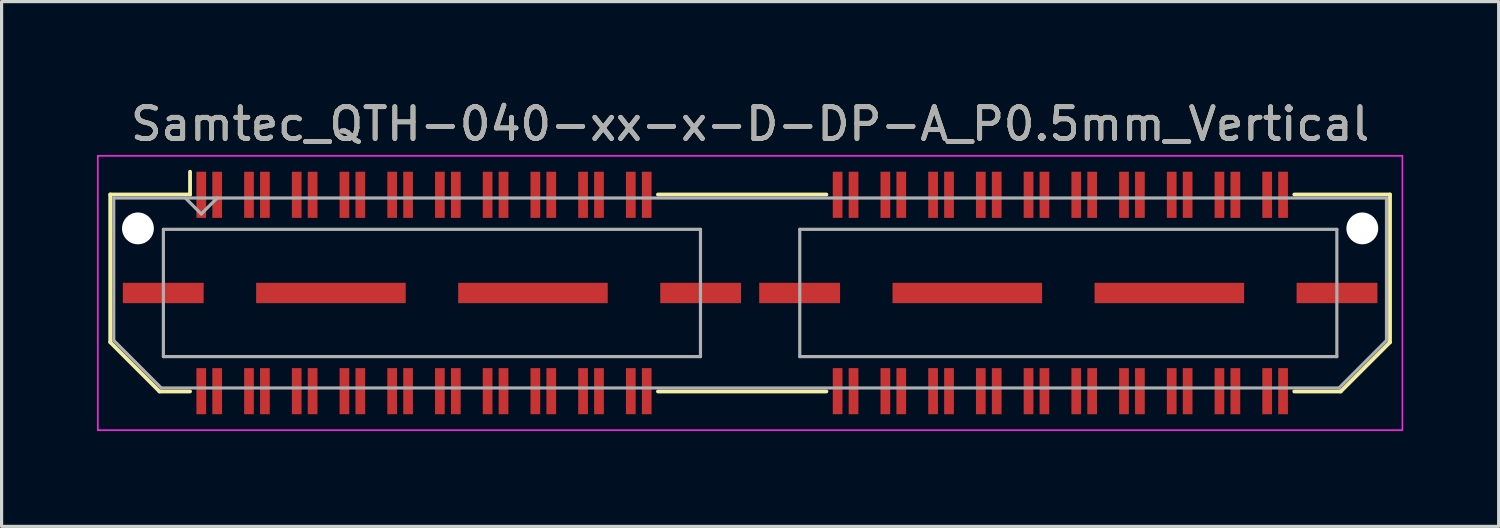
<source format=kicad_pcb>
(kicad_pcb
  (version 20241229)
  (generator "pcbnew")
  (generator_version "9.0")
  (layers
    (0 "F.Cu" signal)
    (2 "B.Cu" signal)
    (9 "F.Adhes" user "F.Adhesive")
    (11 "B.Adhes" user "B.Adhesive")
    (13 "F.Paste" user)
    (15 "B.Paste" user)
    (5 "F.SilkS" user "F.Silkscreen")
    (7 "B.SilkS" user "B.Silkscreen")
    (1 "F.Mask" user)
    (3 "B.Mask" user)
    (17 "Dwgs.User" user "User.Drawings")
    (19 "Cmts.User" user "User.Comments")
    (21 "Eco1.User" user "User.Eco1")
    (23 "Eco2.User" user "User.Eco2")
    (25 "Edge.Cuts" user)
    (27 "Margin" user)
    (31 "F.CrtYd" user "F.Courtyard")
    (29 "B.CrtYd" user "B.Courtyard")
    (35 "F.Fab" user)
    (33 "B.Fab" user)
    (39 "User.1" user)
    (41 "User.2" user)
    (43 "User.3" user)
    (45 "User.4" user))
  (footprint "Samtec_QTH-040-xx-x-D-DP-A_P0.5mm_Vertical"
    (layer "F.Cu")
    (at 20.525 6.158)
    (property "Reference" "Samtec_QTH-040-xx-x-D-DP-A_P0.5mm_Vertical" (at 0 -5.31 0) (layer "F.SilkS") (effects (font (size 1 1) (thickness 0.15))))
    (attr smd)
    (fp_line (start -20.11 -3.095) (end -20.11 1.548) (stroke (width 0.12) (type solid)) (layer "F.SilkS"))
    (fp_line (start -20.11 1.548) (end -18.562 3.095) (stroke (width 0.12) (type solid)) (layer "F.SilkS"))
    (fp_line (start -18.562 3.095) (end -17.602 3.095) (stroke (width 0.12) (type solid)) (layer "F.SilkS"))
    (fp_line (start -17.602 -3.811) (end -17.602 -3.095) (stroke (width 0.12) (type solid)) (layer "F.SilkS"))
    (fp_line (start -17.602 -3.095) (end -20.11 -3.095) (stroke (width 0.12) (type solid)) (layer "F.SilkS"))
    (fp_line (start -2.897 -3.095) (end 2.397 -3.095) (stroke (width 0.12) (type solid)) (layer "F.SilkS"))
    (fp_line (start -2.897 3.095) (end 2.397 3.095) (stroke (width 0.12) (type solid)) (layer "F.SilkS"))
    (fp_line (start 17.102 -3.095) (end 20.11 -3.095) (stroke (width 0.12) (type solid)) (layer "F.SilkS"))
    (fp_line (start 18.562 3.095) (end 17.102 3.095) (stroke (width 0.12) (type solid)) (layer "F.SilkS"))
    (fp_line (start 20.11 -3.095) (end 20.11 1.548) (stroke (width 0.12) (type solid)) (layer "F.SilkS"))
    (fp_line (start 20.11 1.548) (end 18.562 3.095) (stroke (width 0.12) (type solid)) (layer "F.SilkS"))
    (fp_line (start -20.5 -4.31) (end -20.5 4.31) (stroke (width 0.05) (type solid)) (layer "F.CrtYd"))
    (fp_line (start -20.5 4.31) (end 20.5 4.31) (stroke (width 0.05) (type solid)) (layer "F.CrtYd"))
    (fp_line (start 20.5 -4.31) (end -20.5 -4.31) (stroke (width 0.05) (type solid)) (layer "F.CrtYd"))
    (fp_line (start 20.5 4.31) (end 20.5 -4.31) (stroke (width 0.05) (type solid)) (layer "F.CrtYd"))
    (fp_line (start -20 -2.985) (end -20 1.492) (stroke (width 0.1) (type solid)) (layer "F.Fab"))
    (fp_line (start -20 -2.985) (end 20 -2.985) (stroke (width 0.1) (type solid)) (layer "F.Fab"))
    (fp_line (start -20 1.492) (end -18.508 2.985) (stroke (width 0.1) (type solid)) (layer "F.Fab"))
    (fp_line (start -18.508 2.985) (end 18.508 2.985) (stroke (width 0.1) (type solid)) (layer "F.Fab"))
    (fp_line (start -18.44 -2) (end -18.44 2) (stroke (width 0.1) (type solid)) (layer "F.Fab"))
    (fp_line (start -18.44 2) (end -1.56 2) (stroke (width 0.1) (type solid)) (layer "F.Fab"))
    (fp_line (start -17.25 -2.485) (end -17.75 -2.985) (stroke (width 0.1) (type solid)) (layer "F.Fab"))
    (fp_line (start -16.75 -2.985) (end -17.25 -2.485) (stroke (width 0.1) (type solid)) (layer "F.Fab"))
    (fp_line (start -1.56 -2) (end -18.44 -2) (stroke (width 0.1) (type solid)) (layer "F.Fab"))
    (fp_line (start -1.56 2) (end -1.56 -2) (stroke (width 0.1) (type solid)) (layer "F.Fab"))
    (fp_line (start 1.56 -2) (end 1.56 2) (stroke (width 0.1) (type solid)) (layer "F.Fab"))
    (fp_line (start 1.56 2) (end 18.44 2) (stroke (width 0.1) (type solid)) (layer "F.Fab"))
    (fp_line (start 18.44 -2) (end 1.56 -2) (stroke (width 0.1) (type solid)) (layer "F.Fab"))
    (fp_line (start 18.44 2) (end 18.44 -2) (stroke (width 0.1) (type solid)) (layer "F.Fab"))
    (fp_line (start 20 -2.985) (end 20 1.492) (stroke (width 0.1) (type solid)) (layer "F.Fab"))
    (fp_line (start 20 1.492) (end 18.508 2.985) (stroke (width 0.1) (type solid)) (layer "F.Fab"))
    (fp_text user "${REFERENCE}" (at 0 -5.31 0) (layer "F.Fab") (effects (font (size 1 1) (thickness 0.15))))
    (pad "" np_thru_hole circle (at -19.24 -2.03) (size 1 1) (drill 1) (layers "*.Cu" "*.Mask"))
    (pad "" np_thru_hole circle (at 19.24 -2.03) (size 1 1) (drill 1) (layers "*.Cu" "*.Mask"))
    (pad "1" smd rect (at -17.25 -3.086) (size 0.305 1.45) (layers "F.Cu" "F.Mask" "F.Paste"))
    (pad "2" smd rect (at -17.25 3.086) (size 0.305 1.45) (layers "F.Cu" "F.Mask" "F.Paste"))
    (pad "3" smd rect (at -16.75 -3.086) (size 0.305 1.45) (layers "F.Cu" "F.Mask" "F.Paste"))
    (pad "4" smd rect (at -16.75 3.086) (size 0.305 1.45) (layers "F.Cu" "F.Mask" "F.Paste"))
    (pad "5" smd rect (at -15.75 -3.086) (size 0.305 1.45) (layers "F.Cu" "F.Mask" "F.Paste"))
    (pad "6" smd rect (at -15.75 3.086) (size 0.305 1.45) (layers "F.Cu" "F.Mask" "F.Paste"))
    (pad "7" smd rect (at -15.25 -3.086) (size 0.305 1.45) (layers "F.Cu" "F.Mask" "F.Paste"))
    (pad "8" smd rect (at -15.25 3.086) (size 0.305 1.45) (layers "F.Cu" "F.Mask" "F.Paste"))
    (pad "9" smd rect (at -14.25 -3.086) (size 0.305 1.45) (layers "F.Cu" "F.Mask" "F.Paste"))
    (pad "10" smd rect (at -14.25 3.086) (size 0.305 1.45) (layers "F.Cu" "F.Mask" "F.Paste"))
    (pad "11" smd rect (at -13.75 -3.086) (size 0.305 1.45) (layers "F.Cu" "F.Mask" "F.Paste"))
    (pad "12" smd rect (at -13.75 3.086) (size 0.305 1.45) (layers "F.Cu" "F.Mask" "F.Paste"))
    (pad "13" smd rect (at -12.75 -3.086) (size 0.305 1.45) (layers "F.Cu" "F.Mask" "F.Paste"))
    (pad "14" smd rect (at -12.75 3.086) (size 0.305 1.45) (layers "F.Cu" "F.Mask" "F.Paste"))
    (pad "15" smd rect (at -12.25 -3.086) (size 0.305 1.45) (layers "F.Cu" "F.Mask" "F.Paste"))
    (pad "16" smd rect (at -12.25 3.086) (size 0.305 1.45) (layers "F.Cu" "F.Mask" "F.Paste"))
    (pad "17" smd rect (at -11.25 -3.086) (size 0.305 1.45) (layers "F.Cu" "F.Mask" "F.Paste"))
    (pad "18" smd rect (at -11.25 3.086) (size 0.305 1.45) (layers "F.Cu" "F.Mask" "F.Paste"))
    (pad "19" smd rect (at -10.75 -3.086) (size 0.305 1.45) (layers "F.Cu" "F.Mask" "F.Paste"))
    (pad "20" smd rect (at -10.75 3.086) (size 0.305 1.45) (layers "F.Cu" "F.Mask" "F.Paste"))
    (pad "21" smd rect (at -9.75 -3.086) (size 0.305 1.45) (layers "F.Cu" "F.Mask" "F.Paste"))
    (pad "22" smd rect (at -9.75 3.086) (size 0.305 1.45) (layers "F.Cu" "F.Mask" "F.Paste"))
    (pad "23" smd rect (at -9.25 -3.086) (size 0.305 1.45) (layers "F.Cu" "F.Mask" "F.Paste"))
    (pad "24" smd rect (at -9.25 3.086) (size 0.305 1.45) (layers "F.Cu" "F.Mask" "F.Paste"))
    (pad "25" smd rect (at -8.25 -3.086) (size 0.305 1.45) (layers "F.Cu" "F.Mask" "F.Paste"))
    (pad "26" smd rect (at -8.25 3.086) (size 0.305 1.45) (layers "F.Cu" "F.Mask" "F.Paste"))
    (pad "27" smd rect (at -7.75 -3.086) (size 0.305 1.45) (layers "F.Cu" "F.Mask" "F.Paste"))
    (pad "28" smd rect (at -7.75 3.086) (size 0.305 1.45) (layers "F.Cu" "F.Mask" "F.Paste"))
    (pad "29" smd rect (at -6.75 -3.086) (size 0.305 1.45) (layers "F.Cu" "F.Mask" "F.Paste"))
    (pad "30" smd rect (at -6.75 3.086) (size 0.305 1.45) (layers "F.Cu" "F.Mask" "F.Paste"))
    (pad "31" smd rect (at -6.25 -3.086) (size 0.305 1.45) (layers "F.Cu" "F.Mask" "F.Paste"))
    (pad "32" smd rect (at -6.25 3.086) (size 0.305 1.45) (layers "F.Cu" "F.Mask" "F.Paste"))
    (pad "33" smd rect (at -5.25 -3.086) (size 0.305 1.45) (layers "F.Cu" "F.Mask" "F.Paste"))
    (pad "34" smd rect (at -5.25 3.086) (size 0.305 1.45) (layers "F.Cu" "F.Mask" "F.Paste"))
    (pad "35" smd rect (at -4.75 -3.086) (size 0.305 1.45) (layers "F.Cu" "F.Mask" "F.Paste"))
    (pad "36" smd rect (at -4.75 3.086) (size 0.305 1.45) (layers "F.Cu" "F.Mask" "F.Paste"))
    (pad "37" smd rect (at -3.75 -3.086) (size 0.305 1.45) (layers "F.Cu" "F.Mask" "F.Paste"))
    (pad "38" smd rect (at -3.75 3.086) (size 0.305 1.45) (layers "F.Cu" "F.Mask" "F.Paste"))
    (pad "39" smd rect (at -3.25 -3.086) (size 0.305 1.45) (layers "F.Cu" "F.Mask" "F.Paste"))
    (pad "40" smd rect (at -3.25 3.086) (size 0.305 1.45) (layers "F.Cu" "F.Mask" "F.Paste"))
    (pad "41" smd rect (at 2.75 -3.086) (size 0.305 1.45) (layers "F.Cu" "F.Mask" "F.Paste"))
    (pad "42" smd rect (at 2.75 3.086) (size 0.305 1.45) (layers "F.Cu" "F.Mask" "F.Paste"))
    (pad "43" smd rect (at 3.25 -3.086) (size 0.305 1.45) (layers "F.Cu" "F.Mask" "F.Paste"))
    (pad "44" smd rect (at 3.25 3.086) (size 0.305 1.45) (layers "F.Cu" "F.Mask" "F.Paste"))
    (pad "45" smd rect (at 4.25 -3.086) (size 0.305 1.45) (layers "F.Cu" "F.Mask" "F.Paste"))
    (pad "46" smd rect (at 4.25 3.086) (size 0.305 1.45) (layers "F.Cu" "F.Mask" "F.Paste"))
    (pad "47" smd rect (at 4.75 -3.086) (size 0.305 1.45) (layers "F.Cu" "F.Mask" "F.Paste"))
    (pad "48" smd rect (at 4.75 3.086) (size 0.305 1.45) (layers "F.Cu" "F.Mask" "F.Paste"))
    (pad "49" smd rect (at 5.75 -3.086) (size 0.305 1.45) (layers "F.Cu" "F.Mask" "F.Paste"))
    (pad "50" smd rect (at 5.75 3.086) (size 0.305 1.45) (layers "F.Cu" "F.Mask" "F.Paste"))
    (pad "51" smd rect (at 6.25 -3.086) (size 0.305 1.45) (layers "F.Cu" "F.Mask" "F.Paste"))
    (pad "52" smd rect (at 6.25 3.086) (size 0.305 1.45) (layers "F.Cu" "F.Mask" "F.Paste"))
    (pad "53" smd rect (at 7.25 -3.086) (size 0.305 1.45) (layers "F.Cu" "F.Mask" "F.Paste"))
    (pad "54" smd rect (at 7.25 3.086) (size 0.305 1.45) (layers "F.Cu" "F.Mask" "F.Paste"))
    (pad "55" smd rect (at 7.75 -3.086) (size 0.305 1.45) (layers "F.Cu" "F.Mask" "F.Paste"))
    (pad "56" smd rect (at 7.75 3.086) (size 0.305 1.45) (layers "F.Cu" "F.Mask" "F.Paste"))
    (pad "57" smd rect (at 8.75 -3.086) (size 0.305 1.45) (layers "F.Cu" "F.Mask" "F.Paste"))
    (pad "58" smd rect (at 8.75 3.086) (size 0.305 1.45) (layers "F.Cu" "F.Mask" "F.Paste"))
    (pad "59" smd rect (at 9.25 -3.086) (size 0.305 1.45) (layers "F.Cu" "F.Mask" "F.Paste"))
    (pad "60" smd rect (at 9.25 3.086) (size 0.305 1.45) (layers "F.Cu" "F.Mask" "F.Paste"))
    (pad "61" smd rect (at 10.25 -3.086) (size 0.305 1.45) (layers "F.Cu" "F.Mask" "F.Paste"))
    (pad "62" smd rect (at 10.25 3.086) (size 0.305 1.45) (layers "F.Cu" "F.Mask" "F.Paste"))
    (pad "63" smd rect (at 10.75 -3.086) (size 0.305 1.45) (layers "F.Cu" "F.Mask" "F.Paste"))
    (pad "64" smd rect (at 10.75 3.086) (size 0.305 1.45) (layers "F.Cu" "F.Mask" "F.Paste"))
    (pad "65" smd rect (at 11.75 -3.086) (size 0.305 1.45) (layers "F.Cu" "F.Mask" "F.Paste"))
    (pad "66" smd rect (at 11.75 3.086) (size 0.305 1.45) (layers "F.Cu" "F.Mask" "F.Paste"))
    (pad "67" smd rect (at 12.25 -3.086) (size 0.305 1.45) (layers "F.Cu" "F.Mask" "F.Paste"))
    (pad "68" smd rect (at 12.25 3.086) (size 0.305 1.45) (layers "F.Cu" "F.Mask" "F.Paste"))
    (pad "69" smd rect (at 13.25 -3.086) (size 0.305 1.45) (layers "F.Cu" "F.Mask" "F.Paste"))
    (pad "70" smd rect (at 13.25 3.086) (size 0.305 1.45) (layers "F.Cu" "F.Mask" "F.Paste"))
    (pad "71" smd rect (at 13.75 -3.086) (size 0.305 1.45) (layers "F.Cu" "F.Mask" "F.Paste"))
    (pad "72" smd rect (at 13.75 3.086) (size 0.305 1.45) (layers "F.Cu" "F.Mask" "F.Paste"))
    (pad "73" smd rect (at 14.75 -3.086) (size 0.305 1.45) (layers "F.Cu" "F.Mask" "F.Paste"))
    (pad "74" smd rect (at 14.75 3.086) (size 0.305 1.45) (layers "F.Cu" "F.Mask" "F.Paste"))
    (pad "75" smd rect (at 15.25 -3.086) (size 0.305 1.45) (layers "F.Cu" "F.Mask" "F.Paste"))
    (pad "76" smd rect (at 15.25 3.086) (size 0.305 1.45) (layers "F.Cu" "F.Mask" "F.Paste"))
    (pad "77" smd rect (at 16.25 -3.086) (size 0.305 1.45) (layers "F.Cu" "F.Mask" "F.Paste"))
    (pad "78" smd rect (at 16.25 3.086) (size 0.305 1.45) (layers "F.Cu" "F.Mask" "F.Paste"))
    (pad "79" smd rect (at 16.75 -3.086) (size 0.305 1.45) (layers "F.Cu" "F.Mask" "F.Paste"))
    (pad "80" smd rect (at 16.75 3.086) (size 0.305 1.45) (layers "F.Cu" "F.Mask" "F.Paste"))
    (pad "P1" smd rect (at -18.445 0) (size 2.54 0.64) (layers "F.Cu" "F.Mask" "F.Paste"))
    (pad "P1" smd rect (at -13.175 0) (size 4.7 0.64) (layers "F.Cu" "F.Mask" "F.Paste"))
    (pad "P1" smd rect (at -6.825 0) (size 4.7 0.64) (layers "F.Cu" "F.Mask" "F.Paste"))
    (pad "P1" smd rect (at -1.555 0) (size 2.54 0.64) (layers "F.Cu" "F.Mask" "F.Paste"))
    (pad "P2" smd rect (at 1.555 0) (size 2.54 0.64) (layers "F.Cu" "F.Mask" "F.Paste"))
    (pad "P2" smd rect (at 6.825 0) (size 4.7 0.64) (layers "F.Cu" "F.Mask" "F.Paste"))
    (pad "P2" smd rect (at 13.175 0) (size 4.7 0.64) (layers "F.Cu" "F.Mask" "F.Paste"))
    (pad "P2" smd rect (at 18.445 0) (size 2.54 0.64) (layers "F.Cu" "F.Mask" "F.Paste")))
  (gr_rect
    (start -3 -3)
    (end 44.05 13.493)
    (stroke (width 0.1) (type default))
    (fill no)
    (layer "Edge.Cuts")))
</source>
